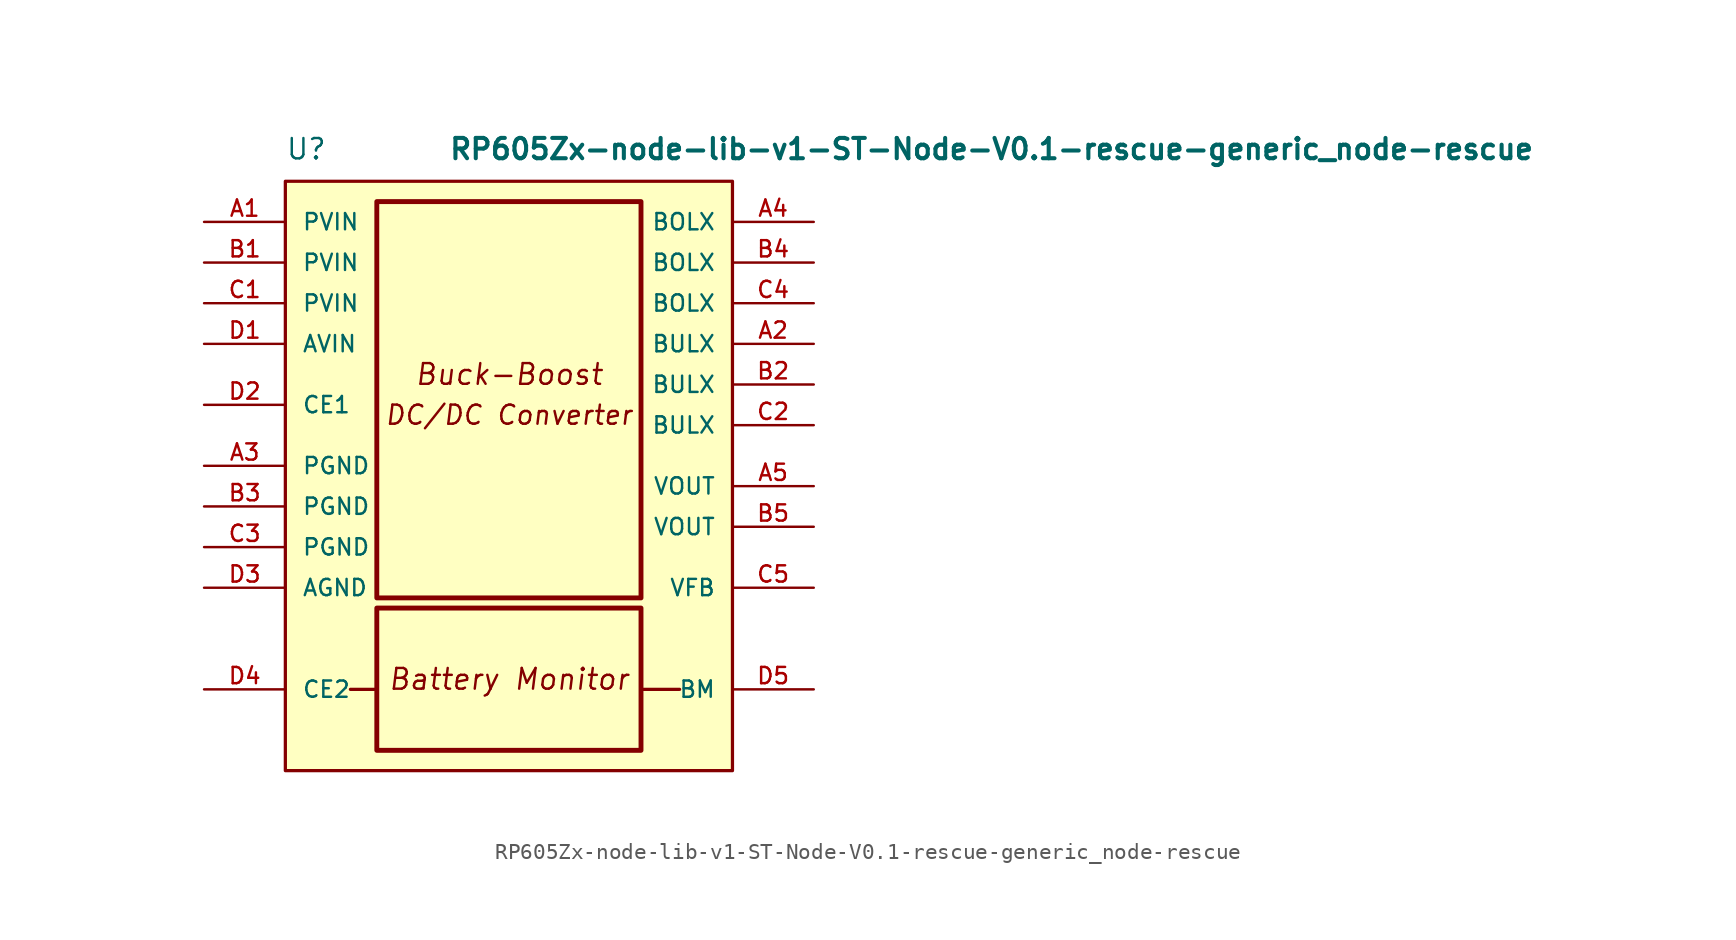
<source format=kicad_sym>
(kicad_symbol_lib
  (version 20211014)
  (generator kicad_symbol_editor)
  (symbol "RP605Zx-node-lib-v1-ST-Node-V0.1-rescue-generic_node-rescue"
    (pin_names
      (offset 1.016))
    (property "Reference" "U"
      (at 0 3.81 0)
      (effects (font (size 1.27 1.27)) (justify left bottom)))
    (property "Value" "RP605Zx-node-lib-v1-ST-Node-V0.1-rescue-generic_node-rescue"
      (at 10.16 3.81 0)
      (effects (font (size 1.27 1.27) bold) (justify left bottom)))
    (symbol "RP605Zx-node-lib-v1-ST-Node-V0.1-rescue-generic_node-rescue_0_0"
      (polyline (pts (xy 4.064 -29.21) (xy 5.588 -29.21)) (stroke (width 0.203) (type default) (color 0 0 0 0)) (fill (type none)))
      (polyline (pts (xy 24.638 -29.21) (xy 22.352 -29.21)) (stroke (width 0.203) (type default) (color 0 0 0 0)) (fill (type none)))
      (text "Battery Monitor" (at 13.97 -28.575 0) (effects (font (size 1.295 1.295) italic)))
      (text "Buck-Boost" (at 13.97 -9.525 0) (effects (font (size 1.295 1.295) italic)))
      (text "DC/DC Converter" (at 13.97 -12.065 0) (effects (font (size 1.194 1.194) italic)))
      (pin power_in line (at -5.08 0 0) (length 5.08) (name "PVIN" (effects (font (size 1.016 1.016)))) (number "A1" (effects (font (size 1.016 1.016)))))
      (pin bidirectional line (at 33.02 -7.62 180) (length 5.08) (name "BULX" (effects (font (size 1.016 1.016)))) (number "A2" (effects (font (size 1.016 1.016)))))
      (pin passive line (at -5.08 -15.24 0) (length 5.08) (name "PGND" (effects (font (size 1.016 1.016)))) (number "A3" (effects (font (size 1.016 1.016)))))
      (pin bidirectional line (at 33.02 0 180) (length 5.08) (name "BOLX" (effects (font (size 1.016 1.016)))) (number "A4" (effects (font (size 1.016 1.016)))))
      (pin power_out line (at 33.02 -16.51 180) (length 5.08) (name "VOUT" (effects (font (size 1.016 1.016)))) (number "A5" (effects (font (size 1.016 1.016)))))
      (pin power_in line (at -5.08 -2.54 0) (length 5.08) (name "PVIN" (effects (font (size 1.016 1.016)))) (number "B1" (effects (font (size 1.016 1.016)))))
      (pin bidirectional line (at 33.02 -10.16 180) (length 5.08) (name "BULX" (effects (font (size 1.016 1.016)))) (number "B2" (effects (font (size 1.016 1.016)))))
      (pin passive line (at -5.08 -17.78 0) (length 5.08) (name "PGND" (effects (font (size 1.016 1.016)))) (number "B3" (effects (font (size 1.016 1.016)))))
      (pin bidirectional line (at 33.02 -2.54 180) (length 5.08) (name "BOLX" (effects (font (size 1.016 1.016)))) (number "B4" (effects (font (size 1.016 1.016)))))
      (pin passive line (at 33.02 -19.05 180) (length 5.08) (name "VOUT" (effects (font (size 1.016 1.016)))) (number "B5" (effects (font (size 1.016 1.016)))))
      (pin power_in line (at -5.08 -5.08 0) (length 5.08) (name "PVIN" (effects (font (size 1.016 1.016)))) (number "C1" (effects (font (size 1.016 1.016)))))
      (pin bidirectional line (at 33.02 -12.7 180) (length 5.08) (name "BULX" (effects (font (size 1.016 1.016)))) (number "C2" (effects (font (size 1.016 1.016)))))
      (pin passive line (at -5.08 -20.32 0) (length 5.08) (name "PGND" (effects (font (size 1.016 1.016)))) (number "C3" (effects (font (size 1.016 1.016)))))
      (pin bidirectional line (at 33.02 -5.08 180) (length 5.08) (name "BOLX" (effects (font (size 1.016 1.016)))) (number "C4" (effects (font (size 1.016 1.016)))))
      (pin input line (at 33.02 -22.86 180) (length 5.08) (name "VFB" (effects (font (size 1.016 1.016)))) (number "C5" (effects (font (size 1.016 1.016)))))
      (pin power_in line (at -5.08 -7.62 0) (length 5.08) (name "AVIN" (effects (font (size 1.016 1.016)))) (number "D1" (effects (font (size 1.016 1.016)))))
      (pin input line (at -5.08 -11.43 0) (length 5.08) (name "CE1" (effects (font (size 1.016 1.016)))) (number "D2" (effects (font (size 1.016 1.016)))))
      (pin passive line (at -5.08 -22.86 0) (length 5.08) (name "AGND" (effects (font (size 1.016 1.016)))) (number "D3" (effects (font (size 1.016 1.016)))))
      (pin input line (at -5.08 -29.21 0) (length 5.08) (name "CE2" (effects (font (size 1.016 1.016)))) (number "D4" (effects (font (size 1.016 1.016)))))
      (pin output line (at 33.02 -29.21 180) (length 5.08) (name "BM" (effects (font (size 1.016 1.016)))) (number "D5" (effects (font (size 1.016 1.016))))))
    (symbol "RP605Zx-node-lib-v1-ST-Node-V0.1-rescue-generic_node-rescue_0_1"
      (rectangle (start 0 2.54) (end 27.94 -34.29) (stroke (width 0.203) (type default) (color 0 0 0 0)) (fill (type background)))
      (rectangle (start 5.715 -24.13) (end 22.225 -33.02) (stroke (width 0.305) (type default) (color 0 0 0 0)) (fill (type none)))
      (rectangle (start 5.715 1.27) (end 22.225 -23.495) (stroke (width 0.305) (type default) (color 0 0 0 0)) (fill (type none))))))
</source>
